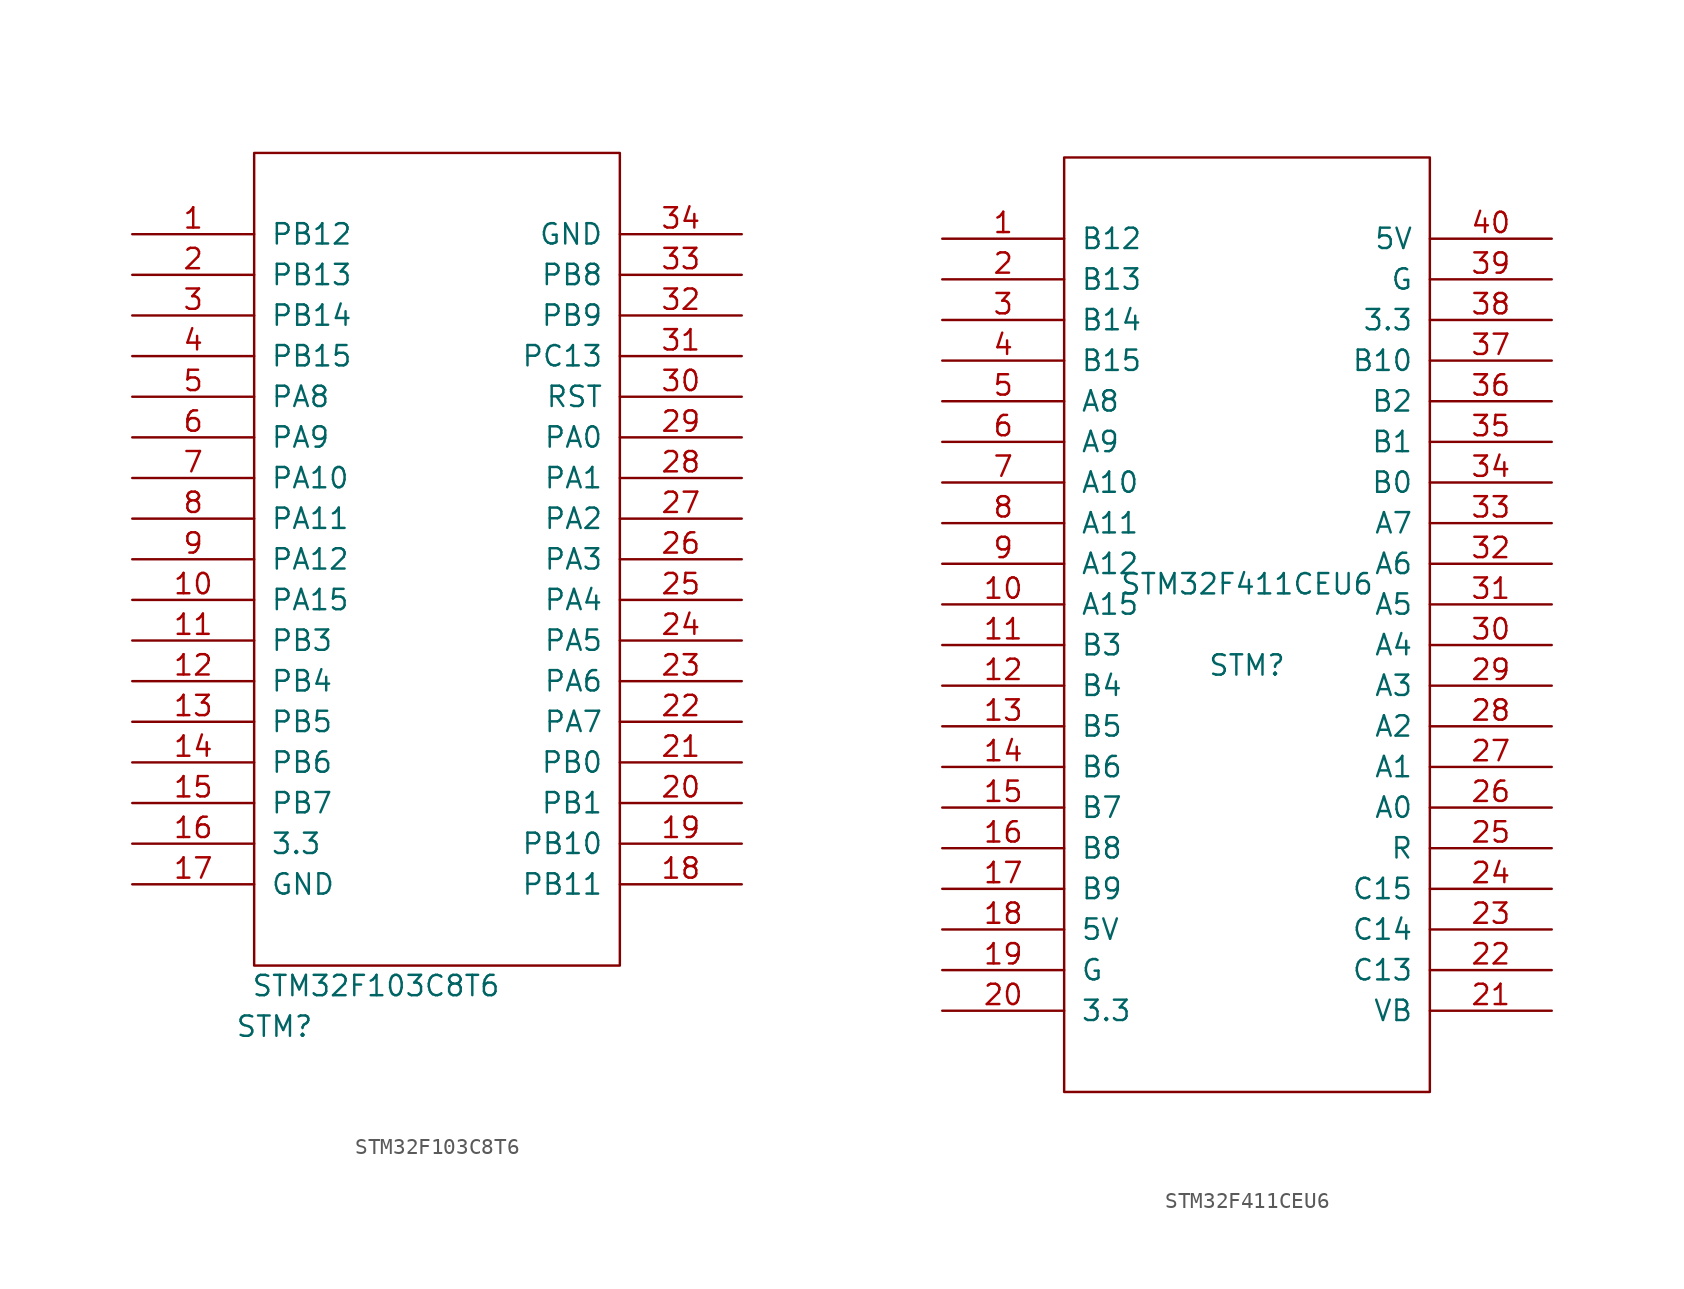
<source format=kicad_sym>
(kicad_symbol_lib
  (version 20231120)
  (generator "kicad_symbol_editor")
  (generator_version "8.0")
  (symbol "STM32F103C8T6"
    (pin_names
      (offset 1.016))
    (property "Reference" "STM"
      (at -10.16 -29.21 0)
      (effects (font (size 1.27 1.27))))
    (property "Value" "STM32F103C8T6"
      (at -3.81 -26.67 0)
      (effects (font (size 1.27 1.27))))
    (symbol "STM32F103C8T6_1_0"
      (rectangle (start -11.43 -25.4) (end 11.43 25.4) (stroke (width 0) (type default)) (fill (type none))))
    (symbol "STM32F103C8T6_1_1"
      (pin input line (at -19.05 20.32 0) (length 7.62) (name "PB12" (effects (font (size 1.27 1.27)))) (number "1" (effects (font (size 1.27 1.27)))))
      (pin input line (at -19.05 -2.54 0) (length 7.62) (name "PA15" (effects (font (size 1.27 1.27)))) (number "10" (effects (font (size 1.27 1.27)))))
      (pin input line (at -19.05 -5.08 0) (length 7.62) (name "PB3" (effects (font (size 1.27 1.27)))) (number "11" (effects (font (size 1.27 1.27)))))
      (pin input line (at -19.05 -7.62 0) (length 7.62) (name "PB4" (effects (font (size 1.27 1.27)))) (number "12" (effects (font (size 1.27 1.27)))))
      (pin input line (at -19.05 -10.16 0) (length 7.62) (name "PB5" (effects (font (size 1.27 1.27)))) (number "13" (effects (font (size 1.27 1.27)))))
      (pin input line (at -19.05 -12.7 0) (length 7.62) (name "PB6" (effects (font (size 1.27 1.27)))) (number "14" (effects (font (size 1.27 1.27)))))
      (pin input line (at -19.05 -15.24 0) (length 7.62) (name "PB7" (effects (font (size 1.27 1.27)))) (number "15" (effects (font (size 1.27 1.27)))))
      (pin power_in line (at -19.05 -17.78 0) (length 7.62) (name "3.3" (effects (font (size 1.27 1.27)))) (number "16" (effects (font (size 1.27 1.27)))))
      (pin power_in line (at -19.05 -20.32 0) (length 7.62) (name "GND" (effects (font (size 1.27 1.27)))) (number "17" (effects (font (size 1.27 1.27)))))
      (pin input line (at 19.05 -20.32 180) (length 7.62) (name "PB11" (effects (font (size 1.27 1.27)))) (number "18" (effects (font (size 1.27 1.27)))))
      (pin input line (at 19.05 -17.78 180) (length 7.62) (name "PB10" (effects (font (size 1.27 1.27)))) (number "19" (effects (font (size 1.27 1.27)))))
      (pin input line (at -19.05 17.78 0) (length 7.62) (name "PB13" (effects (font (size 1.27 1.27)))) (number "2" (effects (font (size 1.27 1.27)))))
      (pin input line (at 19.05 -15.24 180) (length 7.62) (name "PB1" (effects (font (size 1.27 1.27)))) (number "20" (effects (font (size 1.27 1.27)))))
      (pin input line (at 19.05 -12.7 180) (length 7.62) (name "PB0" (effects (font (size 1.27 1.27)))) (number "21" (effects (font (size 1.27 1.27)))))
      (pin input line (at 19.05 -10.16 180) (length 7.62) (name "PA7" (effects (font (size 1.27 1.27)))) (number "22" (effects (font (size 1.27 1.27)))))
      (pin input line (at 19.05 -7.62 180) (length 7.62) (name "PA6" (effects (font (size 1.27 1.27)))) (number "23" (effects (font (size 1.27 1.27)))))
      (pin input line (at 19.05 -5.08 180) (length 7.62) (name "PA5" (effects (font (size 1.27 1.27)))) (number "24" (effects (font (size 1.27 1.27)))))
      (pin input line (at 19.05 -2.54 180) (length 7.62) (name "PA4" (effects (font (size 1.27 1.27)))) (number "25" (effects (font (size 1.27 1.27)))))
      (pin input line (at 19.05 0 180) (length 7.62) (name "PA3" (effects (font (size 1.27 1.27)))) (number "26" (effects (font (size 1.27 1.27)))))
      (pin input line (at 19.05 2.54 180) (length 7.62) (name "PA2" (effects (font (size 1.27 1.27)))) (number "27" (effects (font (size 1.27 1.27)))))
      (pin input line (at 19.05 5.08 180) (length 7.62) (name "PA1" (effects (font (size 1.27 1.27)))) (number "28" (effects (font (size 1.27 1.27)))))
      (pin input line (at 19.05 7.62 180) (length 7.62) (name "PA0" (effects (font (size 1.27 1.27)))) (number "29" (effects (font (size 1.27 1.27)))))
      (pin input line (at -19.05 15.24 0) (length 7.62) (name "PB14" (effects (font (size 1.27 1.27)))) (number "3" (effects (font (size 1.27 1.27)))))
      (pin input line (at 19.05 10.16 180) (length 7.62) (name "RST" (effects (font (size 1.27 1.27)))) (number "30" (effects (font (size 1.27 1.27)))))
      (pin input line (at 19.05 12.7 180) (length 7.62) (name "PC13" (effects (font (size 1.27 1.27)))) (number "31" (effects (font (size 1.27 1.27)))))
      (pin input line (at 19.05 15.24 180) (length 7.62) (name "PB9" (effects (font (size 1.27 1.27)))) (number "32" (effects (font (size 1.27 1.27)))))
      (pin input line (at 19.05 17.78 180) (length 7.62) (name "PB8" (effects (font (size 1.27 1.27)))) (number "33" (effects (font (size 1.27 1.27)))))
      (pin power_in line (at 19.05 20.32 180) (length 7.62) (name "GND" (effects (font (size 1.27 1.27)))) (number "34" (effects (font (size 1.27 1.27)))))
      (pin input line (at -19.05 12.7 0) (length 7.62) (name "PB15" (effects (font (size 1.27 1.27)))) (number "4" (effects (font (size 1.27 1.27)))))
      (pin input line (at -19.05 10.16 0) (length 7.62) (name "PA8" (effects (font (size 1.27 1.27)))) (number "5" (effects (font (size 1.27 1.27)))))
      (pin input line (at -19.05 7.62 0) (length 7.62) (name "PA9" (effects (font (size 1.27 1.27)))) (number "6" (effects (font (size 1.27 1.27)))))
      (pin input line (at -19.05 5.08 0) (length 7.62) (name "PA10" (effects (font (size 1.27 1.27)))) (number "7" (effects (font (size 1.27 1.27)))))
      (pin input line (at -19.05 2.54 0) (length 7.62) (name "PA11" (effects (font (size 1.27 1.27)))) (number "8" (effects (font (size 1.27 1.27)))))
      (pin input line (at -19.05 0 0) (length 7.62) (name "PA12" (effects (font (size 1.27 1.27)))) (number "9" (effects (font (size 1.27 1.27)))))))
  (symbol "STM32F411CEU6"
    (pin_names
      (offset 1.016))
    (property "Reference" "STM"
      (at 0 -2.54 0)
      (effects (font (size 1.27 1.27))))
    (property "Value" "STM32F411CEU6"
      (at 0 2.54 0)
      (effects (font (size 1.27 1.27))))
    (symbol "STM32F411CEU6_1_0"
      (rectangle (start -11.43 -29.21) (end 11.43 29.21) (stroke (width 0) (type solid)) (fill (type none))))
    (symbol "STM32F411CEU6_1_1"
      (pin input line (at -19.05 24.13 0) (length 7.62) (name "B12" (effects (font (size 1.27 1.27)))) (number "1" (effects (font (size 1.27 1.27)))))
      (pin input line (at -19.05 1.27 0) (length 7.62) (name "A15" (effects (font (size 1.27 1.27)))) (number "10" (effects (font (size 1.27 1.27)))))
      (pin input line (at -19.05 -1.27 0) (length 7.62) (name "B3" (effects (font (size 1.27 1.27)))) (number "11" (effects (font (size 1.27 1.27)))))
      (pin input line (at -19.05 -3.81 0) (length 7.62) (name "B4" (effects (font (size 1.27 1.27)))) (number "12" (effects (font (size 1.27 1.27)))))
      (pin input line (at -19.05 -6.35 0) (length 7.62) (name "B5" (effects (font (size 1.27 1.27)))) (number "13" (effects (font (size 1.27 1.27)))))
      (pin input line (at -19.05 -8.89 0) (length 7.62) (name "B6" (effects (font (size 1.27 1.27)))) (number "14" (effects (font (size 1.27 1.27)))))
      (pin input line (at -19.05 -11.43 0) (length 7.62) (name "B7" (effects (font (size 1.27 1.27)))) (number "15" (effects (font (size 1.27 1.27)))))
      (pin input line (at -19.05 -13.97 0) (length 7.62) (name "B8" (effects (font (size 1.27 1.27)))) (number "16" (effects (font (size 1.27 1.27)))))
      (pin input line (at -19.05 -16.51 0) (length 7.62) (name "B9" (effects (font (size 1.27 1.27)))) (number "17" (effects (font (size 1.27 1.27)))))
      (pin input line (at -19.05 -19.05 0) (length 7.62) (name "5V" (effects (font (size 1.27 1.27)))) (number "18" (effects (font (size 1.27 1.27)))))
      (pin input line (at -19.05 -21.59 0) (length 7.62) (name "G" (effects (font (size 1.27 1.27)))) (number "19" (effects (font (size 1.27 1.27)))))
      (pin input line (at -19.05 21.59 0) (length 7.62) (name "B13" (effects (font (size 1.27 1.27)))) (number "2" (effects (font (size 1.27 1.27)))))
      (pin input line (at -19.05 -24.13 0) (length 7.62) (name "3.3" (effects (font (size 1.27 1.27)))) (number "20" (effects (font (size 1.27 1.27)))))
      (pin input line (at 19.05 -24.13 180) (length 7.62) (name "VB" (effects (font (size 1.27 1.27)))) (number "21" (effects (font (size 1.27 1.27)))))
      (pin input line (at 19.05 -21.59 180) (length 7.62) (name "C13" (effects (font (size 1.27 1.27)))) (number "22" (effects (font (size 1.27 1.27)))))
      (pin input line (at 19.05 -19.05 180) (length 7.62) (name "C14" (effects (font (size 1.27 1.27)))) (number "23" (effects (font (size 1.27 1.27)))))
      (pin input line (at 19.05 -16.51 180) (length 7.62) (name "C15" (effects (font (size 1.27 1.27)))) (number "24" (effects (font (size 1.27 1.27)))))
      (pin input line (at 19.05 -13.97 180) (length 7.62) (name "R" (effects (font (size 1.27 1.27)))) (number "25" (effects (font (size 1.27 1.27)))))
      (pin input line (at 19.05 -11.43 180) (length 7.62) (name "A0" (effects (font (size 1.27 1.27)))) (number "26" (effects (font (size 1.27 1.27)))))
      (pin input line (at 19.05 -8.89 180) (length 7.62) (name "A1" (effects (font (size 1.27 1.27)))) (number "27" (effects (font (size 1.27 1.27)))))
      (pin input line (at 19.05 -6.35 180) (length 7.62) (name "A2" (effects (font (size 1.27 1.27)))) (number "28" (effects (font (size 1.27 1.27)))))
      (pin input line (at 19.05 -3.81 180) (length 7.62) (name "A3" (effects (font (size 1.27 1.27)))) (number "29" (effects (font (size 1.27 1.27)))))
      (pin input line (at -19.05 19.05 0) (length 7.62) (name "B14" (effects (font (size 1.27 1.27)))) (number "3" (effects (font (size 1.27 1.27)))))
      (pin input line (at 19.05 -1.27 180) (length 7.62) (name "A4" (effects (font (size 1.27 1.27)))) (number "30" (effects (font (size 1.27 1.27)))))
      (pin input line (at 19.05 1.27 180) (length 7.62) (name "A5" (effects (font (size 1.27 1.27)))) (number "31" (effects (font (size 1.27 1.27)))))
      (pin input line (at 19.05 3.81 180) (length 7.62) (name "A6" (effects (font (size 1.27 1.27)))) (number "32" (effects (font (size 1.27 1.27)))))
      (pin input line (at 19.05 6.35 180) (length 7.62) (name "A7" (effects (font (size 1.27 1.27)))) (number "33" (effects (font (size 1.27 1.27)))))
      (pin input line (at 19.05 8.89 180) (length 7.62) (name "B0" (effects (font (size 1.27 1.27)))) (number "34" (effects (font (size 1.27 1.27)))))
      (pin input line (at 19.05 11.43 180) (length 7.62) (name "B1" (effects (font (size 1.27 1.27)))) (number "35" (effects (font (size 1.27 1.27)))))
      (pin input line (at 19.05 13.97 180) (length 7.62) (name "B2" (effects (font (size 1.27 1.27)))) (number "36" (effects (font (size 1.27 1.27)))))
      (pin input line (at 19.05 16.51 180) (length 7.62) (name "B10" (effects (font (size 1.27 1.27)))) (number "37" (effects (font (size 1.27 1.27)))))
      (pin input line (at 19.05 19.05 180) (length 7.62) (name "3.3" (effects (font (size 1.27 1.27)))) (number "38" (effects (font (size 1.27 1.27)))))
      (pin input line (at 19.05 21.59 180) (length 7.62) (name "G" (effects (font (size 1.27 1.27)))) (number "39" (effects (font (size 1.27 1.27)))))
      (pin input line (at -19.05 16.51 0) (length 7.62) (name "B15" (effects (font (size 1.27 1.27)))) (number "4" (effects (font (size 1.27 1.27)))))
      (pin input line (at 19.05 24.13 180) (length 7.62) (name "5V" (effects (font (size 1.27 1.27)))) (number "40" (effects (font (size 1.27 1.27)))))
      (pin input line (at -19.05 13.97 0) (length 7.62) (name "A8" (effects (font (size 1.27 1.27)))) (number "5" (effects (font (size 1.27 1.27)))))
      (pin input line (at -19.05 11.43 0) (length 7.62) (name "A9" (effects (font (size 1.27 1.27)))) (number "6" (effects (font (size 1.27 1.27)))))
      (pin input line (at -19.05 8.89 0) (length 7.62) (name "A10" (effects (font (size 1.27 1.27)))) (number "7" (effects (font (size 1.27 1.27)))))
      (pin input line (at -19.05 6.35 0) (length 7.62) (name "A11" (effects (font (size 1.27 1.27)))) (number "8" (effects (font (size 1.27 1.27)))))
      (pin input line (at -19.05 3.81 0) (length 7.62) (name "A12" (effects (font (size 1.27 1.27)))) (number "9" (effects (font (size 1.27 1.27))))))))
</source>
